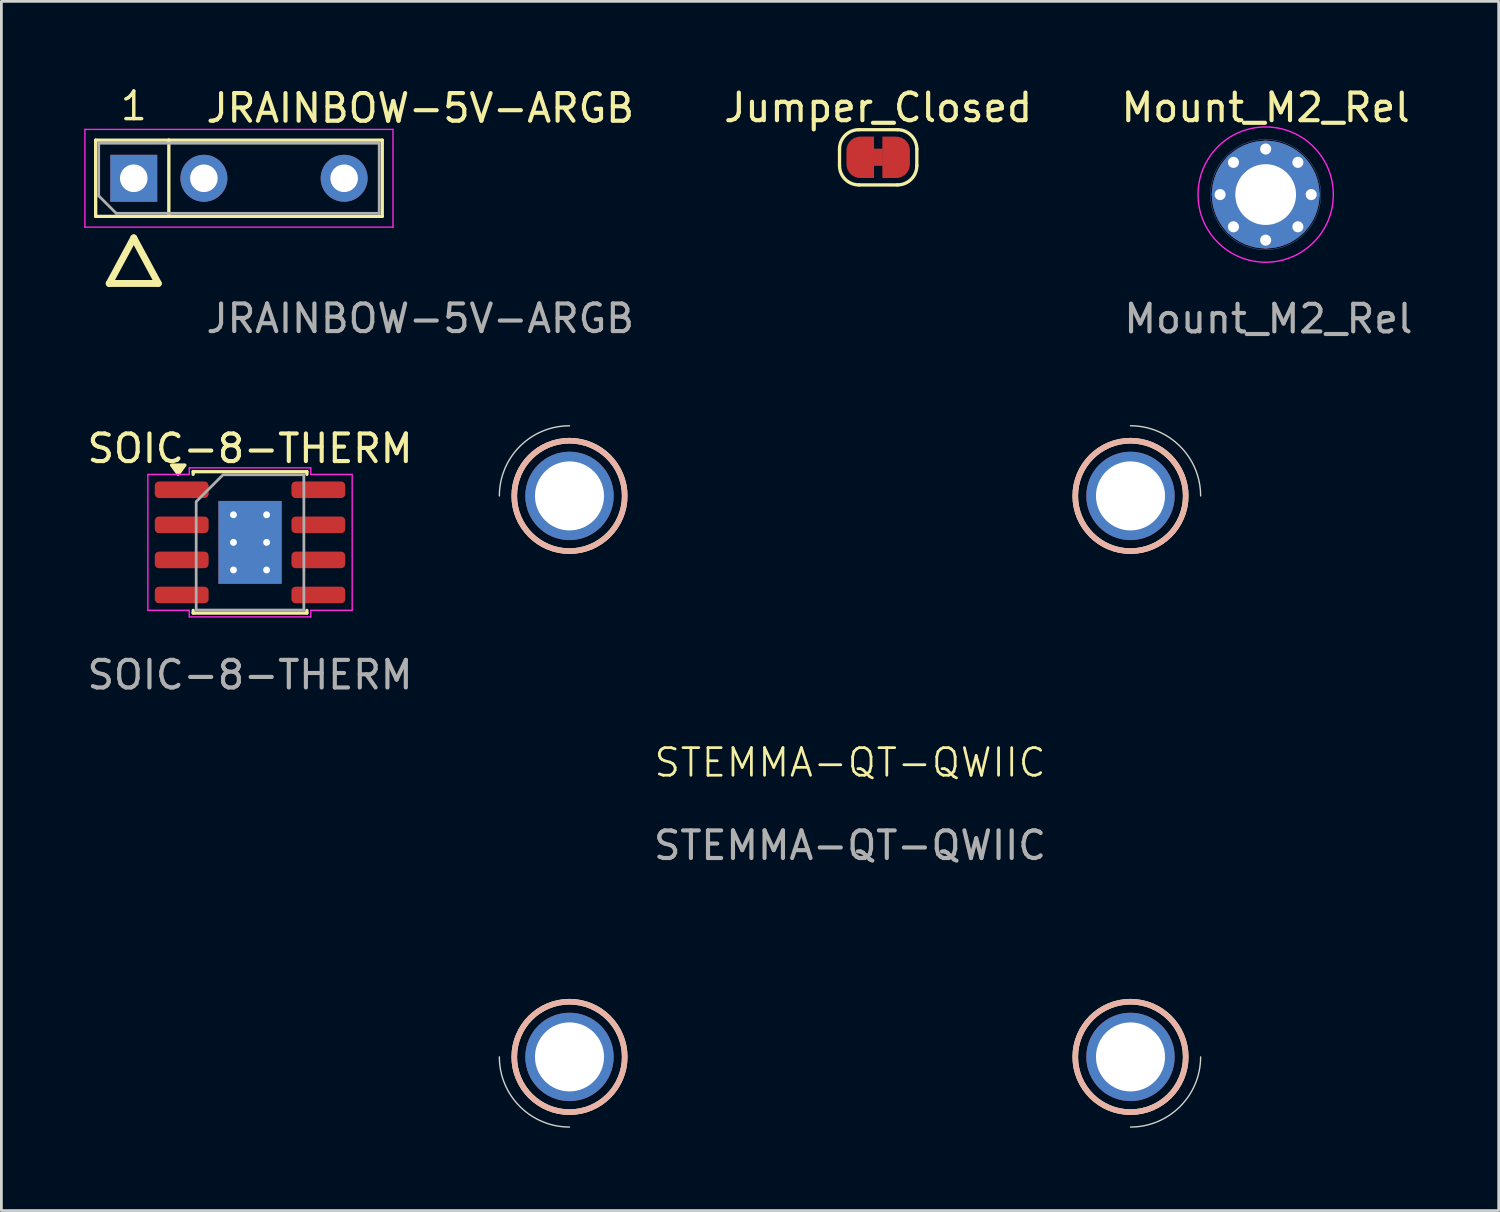
<source format=kicad_pcb>
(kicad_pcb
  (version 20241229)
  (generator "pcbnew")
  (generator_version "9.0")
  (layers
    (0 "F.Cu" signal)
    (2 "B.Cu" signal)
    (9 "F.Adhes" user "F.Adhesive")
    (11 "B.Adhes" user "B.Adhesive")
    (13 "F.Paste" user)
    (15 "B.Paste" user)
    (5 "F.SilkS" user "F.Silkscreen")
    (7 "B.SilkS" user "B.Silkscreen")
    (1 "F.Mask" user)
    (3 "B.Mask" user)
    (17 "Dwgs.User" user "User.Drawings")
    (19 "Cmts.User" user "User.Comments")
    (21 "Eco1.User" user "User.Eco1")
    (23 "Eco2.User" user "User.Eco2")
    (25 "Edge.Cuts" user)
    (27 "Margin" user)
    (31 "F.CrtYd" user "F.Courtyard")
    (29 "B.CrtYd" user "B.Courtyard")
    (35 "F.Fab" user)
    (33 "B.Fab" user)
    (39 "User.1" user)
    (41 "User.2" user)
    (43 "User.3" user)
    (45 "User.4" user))
  (footprint "Jumper_Closed"
    (layer "F.Cu")
    (at 28.758 2.648)
    (property "Reference" "Jumper_Closed" (at 0 -1.8 0) (layer "F.SilkS") (effects (font (size 1 1) (thickness 0.15))))
    (attr exclude_from_pos_files exclude_from_bom allow_soldermask_bridges)
    (fp_poly (pts (xy 0.15 -0.3) (xy -0.15 -0.3) (xy -0.15 0.3) (xy 0.15 0.3)) (stroke (width 0.025) (type solid)) (fill yes) (layer "F.Cu"))
    (fp_rect (start -0.15 -0.5) (end 0.15 0.5) (stroke (width 0) (type default)) (fill yes) (layer "F.Mask"))
    (fp_line (start -1.4 0.3) (end -1.4 -0.3) (stroke (width 0.12) (type solid)) (layer "F.SilkS"))
    (fp_line (start -0.7 -1) (end 0.7 -1) (stroke (width 0.12) (type solid)) (layer "F.SilkS"))
    (fp_line (start 0.7 1) (end -0.7 1) (stroke (width 0.12) (type solid)) (layer "F.SilkS"))
    (fp_line (start 1.4 -0.3) (end 1.4 0.3) (stroke (width 0.12) (type solid)) (layer "F.SilkS"))
    (fp_arc (start -1.4 -0.3) (mid -1.194975 -0.794975) (end -0.7 -1) (stroke (width 0.12) (type solid)) (layer "F.SilkS"))
    (fp_arc (start -0.7 1) (mid -1.194975 0.794975) (end -1.4 0.3) (stroke (width 0.12) (type solid)) (layer "F.SilkS"))
    (fp_arc (start 0.7 -1) (mid 1.194975 -0.794975) (end 1.4 -0.3) (stroke (width 0.12) (type solid)) (layer "F.SilkS"))
    (fp_arc (start 1.4 0.3) (mid 1.194975 0.794975) (end 0.7 1) (stroke (width 0.12) (type solid)) (layer "F.SilkS"))
    (fp_line (start -0.7 -0.9) (end -0.7 -0.8) (stroke (width 0.025) (type solid)) (layer "Margin"))
    (fp_line (start -0.7 -0.9) (end 0.7 -0.9) (stroke (width 0.025) (type solid)) (layer "Margin"))
    (fp_line (start -0.7 -0.8) (end -0.1 -0.8) (stroke (width 0.025) (type solid)) (layer "Margin"))
    (fp_line (start -0.7 0.8) (end -0.7 0.9) (stroke (width 0.025) (type solid)) (layer "Margin"))
    (fp_line (start -0.1 -0.8) (end -0.1 0.8) (stroke (width 0.025) (type solid)) (layer "Margin"))
    (fp_line (start -0.1 0.8) (end -0.7 0.8) (stroke (width 0.025) (type solid)) (layer "Margin"))
    (fp_line (start 0.1 -0.8) (end 0.7 -0.8) (stroke (width 0.025) (type solid)) (layer "Margin"))
    (fp_line (start 0.1 0.8) (end 0.1 -0.8) (stroke (width 0.025) (type solid)) (layer "Margin"))
    (fp_line (start 0.7 -0.8) (end 0.7 -0.9) (stroke (width 0.025) (type solid)) (layer "Margin"))
    (fp_line (start 0.7 0.8) (end 0.1 0.8) (stroke (width 0.025) (type solid)) (layer "Margin"))
    (fp_line (start 0.7 0.9) (end -0.7 0.9) (stroke (width 0.025) (type solid)) (layer "Margin"))
    (fp_line (start 0.7 0.9) (end 0.7 0.8) (stroke (width 0.025) (type solid)) (layer "Margin"))
    (pad "1" smd custom (at -0.65 0) (size 1 0.5) (layers "F.Cu" "F.Mask") (options (anchor rect)) (primitives (gr_circle (center 0 0.25) (end 0.5 0.25) (width 0) (fill yes)) (gr_circle (center 0 -0.25) (end 0.5 -0.25) (width 0) (fill yes)) (gr_poly (pts (xy 0.5 0.75) (xy 0 0.75) (xy 0 -0.75) (xy 0.5 -0.75)) (width 0) (fill yes))))
    (pad "2" smd custom (at 0.65 0) (size 1 0.5) (layers "F.Cu" "F.Mask") (options (anchor rect)) (primitives (gr_circle (center 0 0.25) (end 0.5 0.25) (width 0) (fill yes)) (gr_circle (center 0 -0.25) (end 0.5 -0.25) (width 0) (fill yes)) (gr_poly (pts (xy 0 0.75) (xy -0.5 0.75) (xy -0.5 -0.75) (xy 0 -0.75)) (width 0) (fill yes)))))
  (footprint "SOIC-8-THERM"
    (layer "F.Cu")
    (at 6.006 16.595)
    (property "Reference" "SOIC-8-THERM" (at 0 -3.4 0) (layer "F.SilkS") (effects (font (size 1 1) (thickness 0.15))))
    (attr smd)
    (fp_line (start -2.06 -2.56) (end 2.06 -2.56) (stroke (width 0.12) (type solid)) (layer "F.SilkS"))
    (fp_line (start -2.06 -2.465) (end -2.06 -2.56) (stroke (width 0.12) (type solid)) (layer "F.SilkS"))
    (fp_line (start -2.06 2.56) (end -2.06 2.465) (stroke (width 0.12) (type solid)) (layer "F.SilkS"))
    (fp_line (start 2.06 -2.56) (end 2.06 -2.465) (stroke (width 0.12) (type solid)) (layer "F.SilkS"))
    (fp_line (start 2.06 2.465) (end 2.06 2.56) (stroke (width 0.12) (type solid)) (layer "F.SilkS"))
    (fp_line (start 2.06 2.56) (end -2.06 2.56) (stroke (width 0.12) (type solid)) (layer "F.SilkS"))
    (fp_poly (pts (xy -2.6 -2.47) (xy -2.84 -2.8) (xy -2.36 -2.8)) (stroke (width 0.12) (type solid)) (fill yes) (layer "F.SilkS"))
    (fp_line (start -3.7 -2.46) (end -2.2 -2.46) (stroke (width 0.05) (type solid)) (layer "F.CrtYd"))
    (fp_line (start -3.7 2.46) (end -3.7 -2.46) (stroke (width 0.05) (type solid)) (layer "F.CrtYd"))
    (fp_line (start -2.2 -2.7) (end 2.2 -2.7) (stroke (width 0.05) (type solid)) (layer "F.CrtYd"))
    (fp_line (start -2.2 -2.46) (end -2.2 -2.7) (stroke (width 0.05) (type solid)) (layer "F.CrtYd"))
    (fp_line (start -2.2 2.46) (end -3.7 2.46) (stroke (width 0.05) (type solid)) (layer "F.CrtYd"))
    (fp_line (start -2.2 2.7) (end -2.2 2.46) (stroke (width 0.05) (type solid)) (layer "F.CrtYd"))
    (fp_line (start 2.2 -2.7) (end 2.2 -2.46) (stroke (width 0.05) (type solid)) (layer "F.CrtYd"))
    (fp_line (start 2.2 -2.46) (end 3.7 -2.46) (stroke (width 0.05) (type solid)) (layer "F.CrtYd"))
    (fp_line (start 2.2 2.46) (end 2.2 2.7) (stroke (width 0.05) (type solid)) (layer "F.CrtYd"))
    (fp_line (start 2.2 2.7) (end -2.2 2.7) (stroke (width 0.05) (type solid)) (layer "F.CrtYd"))
    (fp_line (start 3.7 -2.46) (end 3.7 2.46) (stroke (width 0.05) (type solid)) (layer "F.CrtYd"))
    (fp_line (start 3.7 2.46) (end 2.2 2.46) (stroke (width 0.05) (type solid)) (layer "F.CrtYd"))
    (fp_poly (pts (xy -1.95 -1.475) (xy -1.95 2.45) (xy 1.95 2.45) (xy 1.95 -2.45) (xy -0.975 -2.45)) (stroke (width 0.1) (type solid)) (fill no) (layer "F.Fab"))
    (fp_text user "${REFERENCE}" (at 0 4.8 180) (layer "F.Fab") (effects (font (size 1 1) (thickness 0.15))))
    (pad "" smd roundrect (at -0.57 -0.75) (size 0.92 1.21) (layers "F.Paste") (roundrect_rratio 0.25))
    (pad "" smd roundrect (at -0.57 0.75) (size 0.92 1.21) (layers "F.Paste") (roundrect_rratio 0.25))
    (pad "" smd roundrect (at 0.57 -0.75) (size 0.92 1.21) (layers "F.Paste") (roundrect_rratio 0.25))
    (pad "" smd roundrect (at 0.57 0.75) (size 0.92 1.21) (layers "F.Paste") (roundrect_rratio 0.25))
    (pad "1" smd roundrect (at -2.475 -1.905) (size 1.95 0.6) (layers "F.Cu" "F.Mask" "F.Paste") (roundrect_rratio 0.25))
    (pad "2" smd roundrect (at -2.475 -0.635) (size 1.95 0.6) (layers "F.Cu" "F.Mask" "F.Paste") (roundrect_rratio 0.25))
    (pad "3" smd roundrect (at -2.475 0.635) (size 1.95 0.6) (layers "F.Cu" "F.Mask" "F.Paste") (roundrect_rratio 0.25))
    (pad "4" smd roundrect (at -2.475 1.905) (size 1.95 0.6) (layers "F.Cu" "F.Mask" "F.Paste") (roundrect_rratio 0.25))
    (pad "5" smd roundrect (at 2.475 1.905) (size 1.95 0.6) (layers "F.Cu" "F.Mask" "F.Paste") (roundrect_rratio 0.25))
    (pad "6" smd roundrect (at 2.475 0.635) (size 1.95 0.6) (layers "F.Cu" "F.Mask" "F.Paste") (roundrect_rratio 0.25))
    (pad "7" smd roundrect (at 2.475 -0.635) (size 1.95 0.6) (layers "F.Cu" "F.Mask" "F.Paste") (roundrect_rratio 0.25))
    (pad "8" smd roundrect (at 2.475 -1.905) (size 1.95 0.6) (layers "F.Cu" "F.Mask" "F.Paste") (roundrect_rratio 0.25))
    (pad "9" thru_hole circle (at -0.6 -1) (size 0.5 0.5) (drill 0.25) (property pad_prop_heatsink) (layers "*.Cu" "*.Mask"))
    (pad "9" thru_hole circle (at -0.6 0) (size 0.5 0.5) (drill 0.25) (property pad_prop_heatsink) (layers "*.Cu" "*.Mask"))
    (pad "9" thru_hole circle (at -0.6 1) (size 0.5 0.5) (drill 0.25) (property pad_prop_heatsink) (layers "*.Cu" "*.Mask"))
    (pad "9" smd rect (at 0 0) (size 2.29 3) (property pad_prop_heatsink) (layers "F.Cu" "F.Mask"))
    (pad "9" smd rect (at 0 0) (size 2.29 3) (property pad_prop_heatsink) (layers "B.Cu" "B.Mask"))
    (pad "9" thru_hole circle (at 0.6 -1) (size 0.5 0.5) (drill 0.25) (property pad_prop_heatsink) (layers "*.Cu" "*.Mask"))
    (pad "9" thru_hole circle (at 0.6 0) (size 0.5 0.5) (drill 0.25) (property pad_prop_heatsink) (layers "*.Cu" "*.Mask"))
    (pad "9" thru_hole circle (at 0.6 1) (size 0.5 0.5) (drill 0.25) (property pad_prop_heatsink) (layers "*.Cu" "*.Mask")))
  (footprint "Mount_M2_Rel"
    (layer "F.Cu")
    (at 42.793 3.998)
    (property "Reference" "Mount_M2_Rel" (at 0 -3.15 0) (layer "F.SilkS") (effects (font (size 1 1) (thickness 0.15))))
    (attr exclude_from_pos_files exclude_from_bom)
    (fp_circle (center 0 0) (end 2 0) (stroke (width 0.01) (type solid)) (fill no) (layer "Cmts.User"))
    (fp_circle (center 0 0) (end 2.45 0) (stroke (width 0.05) (type solid)) (fill no) (layer "F.CrtYd"))
    (fp_text user "${REFERENCE}" (at 0.1 4.5 0) (layer "F.Fab") (effects (font (size 1 1) (thickness 0.15))))
    (pad "MP" thru_hole circle (at -1.65 0) (size 0.6 0.6) (drill 0.4) (layers "*.Cu" "*.Mask"))
    (pad "MP" thru_hole circle (at -1.167 -1.167) (size 0.6 0.6) (drill 0.4) (layers "*.Cu" "*.Mask"))
    (pad "MP" thru_hole circle (at -1.167 1.167) (size 0.6 0.6) (drill 0.4) (layers "*.Cu" "*.Mask"))
    (pad "MP" thru_hole circle (at 0 -1.65) (size 0.6 0.6) (drill 0.4) (layers "*.Cu" "*.Mask"))
    (pad "MP" thru_hole circle (at 0 0) (size 3.9 3.9) (drill 2.2) (layers "*.Cu" "*.Mask"))
    (pad "MP" thru_hole circle (at 0 1.65) (size 0.6 0.6) (drill 0.4) (layers "*.Cu" "*.Mask"))
    (pad "MP" thru_hole circle (at 1.167 -1.167) (size 0.6 0.6) (drill 0.4) (layers "*.Cu" "*.Mask"))
    (pad "MP" thru_hole circle (at 1.167 1.167) (size 0.6 0.6) (drill 0.4) (layers "*.Cu" "*.Mask"))
    (pad "MP" thru_hole circle (at 1.65 0) (size 0.6 0.6) (drill 0.4) (layers "*.Cu" "*.Mask")))
  (footprint "STEMMA-QT-QWIIC"
    (layer "F.Cu")
    (at 27.737 25.072)
    (property "Reference" "STEMMA-QT-QWIIC" (at 0 -0.5 0) (unlocked yes) (layer "F.SilkS") (effects (font (size 1 1) (thickness 0.1))))
    (attr through_hole)
    (fp_circle (center -10.16 -10.16) (end -8.16 -10.16) (stroke (width 0.203) (type solid)) (fill no) (layer "F.SilkS"))
    (fp_circle (center -10.16 10.16) (end -8.16 10.16) (stroke (width 0.203) (type solid)) (fill no) (layer "F.SilkS"))
    (fp_circle (center 10.16 -10.16) (end 12.16 -10.16) (stroke (width 0.203) (type solid)) (fill no) (layer "F.SilkS"))
    (fp_circle (center 10.16 10.16) (end 12.16 10.16) (stroke (width 0.203) (type solid)) (fill no) (layer "F.SilkS"))
    (fp_circle (center -10.16 -10.16) (end -8.16 -10.16) (stroke (width 0.203) (type solid)) (fill no) (layer "B.SilkS"))
    (fp_circle (center -10.16 10.16) (end -8.16 10.16) (stroke (width 0.203) (type solid)) (fill no) (layer "B.SilkS"))
    (fp_circle (center 10.16 -10.16) (end 12.16 -10.16) (stroke (width 0.203) (type solid)) (fill no) (layer "B.SilkS"))
    (fp_circle (center 10.16 10.16) (end 12.16 10.16) (stroke (width 0.203) (type solid)) (fill no) (layer "B.SilkS"))
    (fp_arc (start -12.7 -10.16) (mid -11.956051 -11.956051) (end -10.16 -12.7) (stroke (width 0.05) (type default)) (layer "Edge.Cuts"))
    (fp_arc (start -10.16 12.7) (mid -11.956051 11.956051) (end -12.7 10.16) (stroke (width 0.05) (type default)) (layer "Edge.Cuts"))
    (fp_arc (start 10.16 -12.7) (mid 11.956051 -11.956051) (end 12.7 -10.16) (stroke (width 0.05) (type default)) (layer "Edge.Cuts"))
    (fp_arc (start 12.7 10.16) (mid 11.956051 11.956051) (end 10.16 12.7) (stroke (width 0.05) (type default)) (layer "Edge.Cuts"))
    (fp_line (start -12.7 10.16) (end -12.7 -10.16) (stroke (width 0.05) (type dash)) (layer "User.3"))
    (fp_line (start -10.16 -12.7) (end 10.16 -12.7) (stroke (width 0.05) (type dash)) (layer "User.3"))
    (fp_line (start 10.16 12.7) (end -10.16 12.7) (stroke (width 0.05) (type dash)) (layer "User.3"))
    (fp_line (start 12.7 -10.16) (end 12.7 10.16) (stroke (width 0.05) (type dash)) (layer "User.3"))
    (fp_text user "${REFERENCE}" (at 0 2.5 0) (unlocked yes) (layer "F.Fab") (effects (font (size 1 1) (thickness 0.15))))
    (pad "MP" thru_hole circle (at -10.16 -10.16) (size 3.2 3.2) (drill 2.5) (layers "*.Cu" "*.Mask"))
    (pad "MP" thru_hole circle (at -10.16 10.16) (size 3.2 3.2) (drill 2.5) (layers "*.Cu" "*.Mask"))
    (pad "MP" thru_hole circle (at 10.16 -10.16) (size 3.2 3.2) (drill 2.5) (layers "*.Cu" "*.Mask"))
    (pad "MP" thru_hole circle (at 10.16 10.16) (size 3.2 3.2) (drill 2.5) (layers "*.Cu" "*.Mask")))
  (footprint "JRAINBOW-5V-ARGB"
    (layer "F.Cu")
    (at 1.795 3.407)
    (property "Reference" "JRAINBOW-5V-ARGB" (at 2.54 -2.54 180) (layer "F.SilkS") (effects (font (size 1 1) (thickness 0.15)) (justify left)))
    (attr through_hole)
    (fp_line (start -1.38 1.38) (end -1.38 -1.38) (stroke (width 0.12) (type solid)) (layer "F.SilkS"))
    (fp_line (start -0.889 3.81) (end 0.889 3.81) (stroke (width 0.25) (type solid)) (layer "F.SilkS"))
    (fp_line (start 0 2.159) (end -0.889 3.81) (stroke (width 0.25) (type solid)) (layer "F.SilkS"))
    (fp_line (start 0.889 3.81) (end 0 2.159) (stroke (width 0.25) (type solid)) (layer "F.SilkS"))
    (fp_line (start 1.27 -1.38) (end -1.38 -1.38) (stroke (width 0.12) (type solid)) (layer "F.SilkS"))
    (fp_line (start 1.27 -1.38) (end 9 -1.38) (stroke (width 0.12) (type solid)) (layer "F.SilkS"))
    (fp_line (start 1.27 1.38) (end -1.38 1.38) (stroke (width 0.12) (type solid)) (layer "F.SilkS"))
    (fp_line (start 1.27 1.38) (end 1.27 -1.38) (stroke (width 0.12) (type solid)) (layer "F.SilkS"))
    (fp_line (start 1.27 1.38) (end 9 1.38) (stroke (width 0.12) (type solid)) (layer "F.SilkS"))
    (fp_line (start 9 1.38) (end 9 -1.38) (stroke (width 0.12) (type solid)) (layer "F.SilkS"))
    (fp_line (start -1.77 -1.77) (end -1.77 1.77) (stroke (width 0.05) (type solid)) (layer "F.CrtYd"))
    (fp_line (start -1.77 1.77) (end 9.39 1.77) (stroke (width 0.05) (type solid)) (layer "F.CrtYd"))
    (fp_line (start 9.39 -1.77) (end -1.77 -1.77) (stroke (width 0.05) (type solid)) (layer "F.CrtYd"))
    (fp_line (start 9.39 1.77) (end 9.39 -1.77) (stroke (width 0.05) (type solid)) (layer "F.CrtYd"))
    (fp_line (start -1.27 -1.27) (end 8.89 -1.27) (stroke (width 0.1) (type solid)) (layer "F.Fab"))
    (fp_line (start -1.27 0.635) (end -1.27 -1.27) (stroke (width 0.1) (type solid)) (layer "F.Fab"))
    (fp_line (start -0.635 1.27) (end -1.27 0.635) (stroke (width 0.1) (type solid)) (layer "F.Fab"))
    (fp_line (start 8.89 -1.27) (end 8.89 1.27) (stroke (width 0.1) (type solid)) (layer "F.Fab"))
    (fp_line (start 8.89 1.27) (end -0.635 1.27) (stroke (width 0.1) (type solid)) (layer "F.Fab"))
    (fp_text user "1" (at 0 -2.032 0) (unlocked yes) (layer "F.SilkS") (effects (font (size 1 1) (thickness 0.125)) (justify bottom)))
    (fp_text user "${REFERENCE}" (at 2.54 5.08 180) (layer "F.Fab") (effects (font (size 1 1) (thickness 0.15)) (justify left)))
    (pad "1" thru_hole rect (at 0 0 90) (size 1.7 1.7) (drill 1) (layers "*.Cu" "*.Mask"))
    (pad "2" thru_hole circle (at 2.54 0 90) (size 1.7 1.7) (drill 1) (layers "*.Cu" "*.Mask"))
    (pad "3" thru_hole circle (at 7.62 0 90) (size 1.7 1.7) (drill 1) (layers "*.Cu" "*.Mask")))
  (gr_rect
    (start -3 -3)
    (end 51.233 40.797)
    (stroke (width 0.1) (type default))
    (fill no)
    (layer "Edge.Cuts")))
</source>
